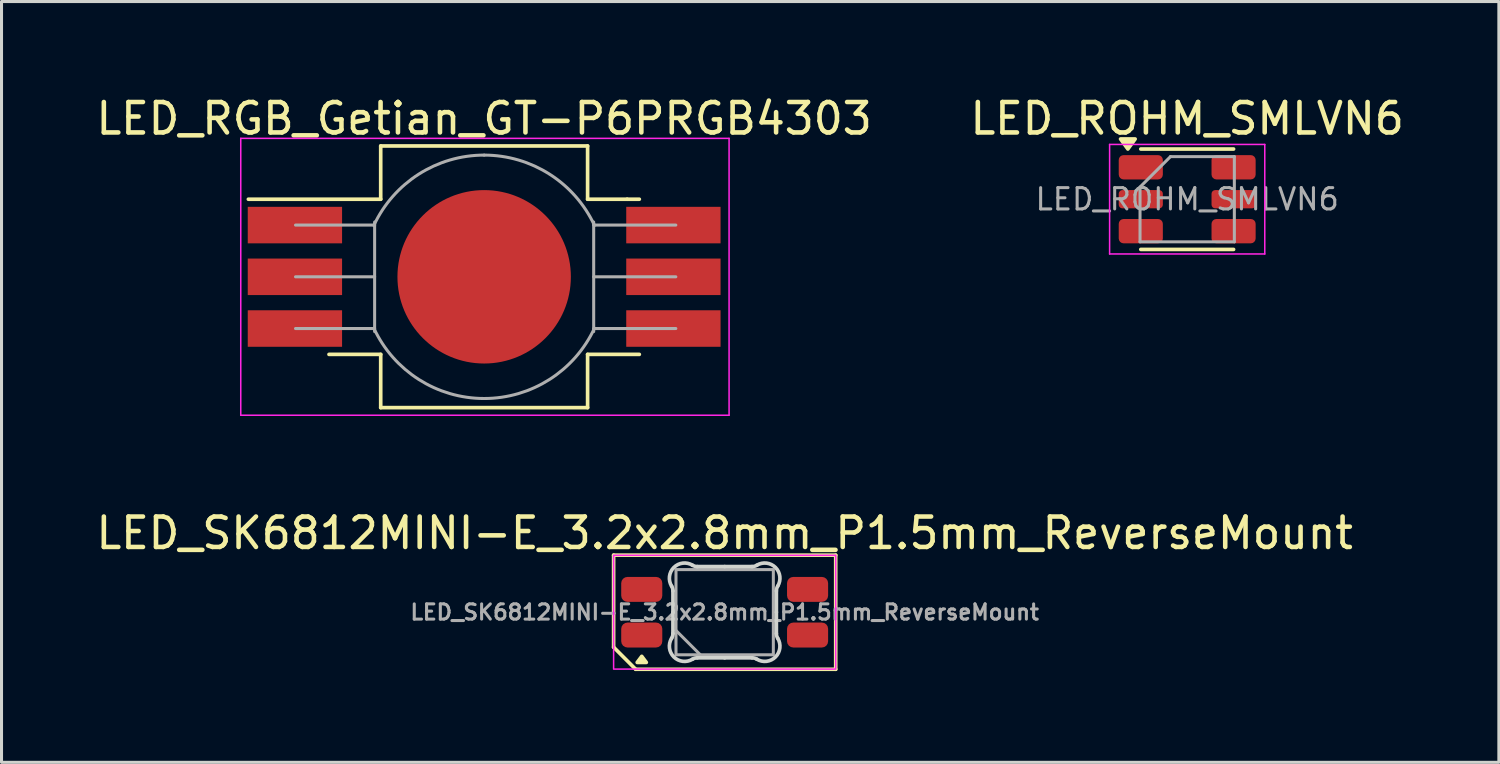
<source format=kicad_pcb>
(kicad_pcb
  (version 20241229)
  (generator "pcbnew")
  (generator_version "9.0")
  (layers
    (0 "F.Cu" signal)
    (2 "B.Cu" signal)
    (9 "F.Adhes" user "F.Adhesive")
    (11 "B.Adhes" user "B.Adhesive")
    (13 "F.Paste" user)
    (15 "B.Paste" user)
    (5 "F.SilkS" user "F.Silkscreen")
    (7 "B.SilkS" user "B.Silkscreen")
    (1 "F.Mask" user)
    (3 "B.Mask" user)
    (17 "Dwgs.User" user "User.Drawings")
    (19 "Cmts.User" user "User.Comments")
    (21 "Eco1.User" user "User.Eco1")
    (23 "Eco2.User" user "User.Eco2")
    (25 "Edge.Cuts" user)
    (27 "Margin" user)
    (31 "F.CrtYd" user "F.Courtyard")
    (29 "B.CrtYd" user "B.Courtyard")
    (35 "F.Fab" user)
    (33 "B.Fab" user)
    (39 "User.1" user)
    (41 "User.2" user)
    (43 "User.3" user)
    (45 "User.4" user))
  (footprint "LED_ROHM_SMLVN6"
    (layer "F.Cu")
    (at 35.97 3.498)
    (property "Reference" "LED_ROHM_SMLVN6" (at 0 -2.65 0) (layer "F.SilkS") (effects (font (size 1 1) (thickness 0.15))))
    (attr smd)
    (fp_line (start -1.525 1.65) (end 1.525 1.65) (stroke (width 0.12) (type solid)) (layer "F.SilkS"))
    (fp_line (start 1.525 -1.65) (end -1.525 -1.65) (stroke (width 0.12) (type solid)) (layer "F.SilkS"))
    (fp_poly (pts (xy -1.95 -1.65) (xy -2.19 -1.98) (xy -1.71 -1.98) (xy -1.95 -1.65)) (stroke (width 0.12) (type solid)) (fill yes) (layer "F.SilkS"))
    (fp_line (start -2.55 -1.8) (end -2.55 1.8) (stroke (width 0.05) (type solid)) (layer "F.CrtYd"))
    (fp_line (start -2.55 1.8) (end 2.55 1.8) (stroke (width 0.05) (type solid)) (layer "F.CrtYd"))
    (fp_line (start 2.55 -1.8) (end -2.55 -1.8) (stroke (width 0.05) (type solid)) (layer "F.CrtYd"))
    (fp_line (start 2.55 1.8) (end 2.55 -1.8) (stroke (width 0.05) (type solid)) (layer "F.CrtYd"))
    (fp_line (start -1.55 -0.4) (end -0.55 -1.4) (stroke (width 0.1) (type solid)) (layer "F.Fab"))
    (fp_line (start -1.55 1.4) (end -1.55 -0.4) (stroke (width 0.1) (type solid)) (layer "F.Fab"))
    (fp_line (start -0.55 -1.4) (end 1.55 -1.4) (stroke (width 0.1) (type solid)) (layer "F.Fab"))
    (fp_line (start 1.55 -1.4) (end 1.55 1.4) (stroke (width 0.1) (type solid)) (layer "F.Fab"))
    (fp_line (start 1.55 1.4) (end -1.55 1.4) (stroke (width 0.1) (type solid)) (layer "F.Fab"))
    (fp_text user "${REFERENCE}" (at 0 0 0) (layer "F.Fab") (effects (font (size 0.7 0.7) (thickness 0.1))))
    (pad "1" smd roundrect (at -1.525 -1.05) (size 1.45 0.8) (layers "F.Cu" "F.Mask" "F.Paste") (roundrect_rratio 0.2))
    (pad "2" smd roundrect (at -1.525 0) (size 1.45 0.6) (layers "F.Cu" "F.Mask" "F.Paste") (roundrect_rratio 0.2))
    (pad "3" smd roundrect (at -1.525 1.05) (size 1.45 0.8) (layers "F.Cu" "F.Mask" "F.Paste") (roundrect_rratio 0.2))
    (pad "4" smd roundrect (at 1.525 1.05) (size 1.45 0.8) (layers "F.Cu" "F.Mask" "F.Paste") (roundrect_rratio 0.2))
    (pad "5" smd roundrect (at 1.525 0) (size 1.45 0.6) (layers "F.Cu" "F.Mask" "F.Paste") (roundrect_rratio 0.2))
    (pad "6" smd roundrect (at 1.525 -1.05) (size 1.45 0.8) (layers "F.Cu" "F.Mask" "F.Paste") (roundrect_rratio 0.2)))
  (footprint "LED_RGB_Getian_GT-P6PRGB4303"
    (layer "F.Cu")
    (at 12.863 6.048)
    (property "Reference" "LED_RGB_Getian_GT-P6PRGB4303" (at 0 -5.2 0) (layer "F.SilkS") (effects (font (size 1 1) (thickness 0.15))))
    (attr smd)
    (fp_line (start -7.75 -2.55) (end -3.4 -2.55) (stroke (width 0.12) (type solid)) (layer "F.SilkS"))
    (fp_line (start -5.1 2.55) (end -3.4 2.55) (stroke (width 0.12) (type solid)) (layer "F.SilkS"))
    (fp_line (start -3.4 -4.3) (end -3.4 -2.55) (stroke (width 0.12) (type solid)) (layer "F.SilkS"))
    (fp_line (start -3.4 2.55) (end -3.4 4.3) (stroke (width 0.12) (type solid)) (layer "F.SilkS"))
    (fp_line (start 3.4 -4.3) (end -3.4 -4.3) (stroke (width 0.12) (type solid)) (layer "F.SilkS"))
    (fp_line (start 3.4 -4.3) (end 3.4 -2.55) (stroke (width 0.12) (type solid)) (layer "F.SilkS"))
    (fp_line (start 3.4 -2.55) (end 4.7 -2.55) (stroke (width 0.12) (type solid)) (layer "F.SilkS"))
    (fp_line (start 3.4 2.55) (end 3.4 4.3) (stroke (width 0.12) (type solid)) (layer "F.SilkS"))
    (fp_line (start 3.4 4.3) (end -3.4 4.3) (stroke (width 0.12) (type solid)) (layer "F.SilkS"))
    (fp_line (start 4.7 -2.55) (end 5.1 -2.55) (stroke (width 0.12) (type solid)) (layer "F.SilkS"))
    (fp_line (start 5.1 2.55) (end 3.4 2.55) (stroke (width 0.12) (type solid)) (layer "F.SilkS"))
    (fp_line (start -8 -4.55) (end -8 4.55) (stroke (width 0.05) (type solid)) (layer "F.CrtYd"))
    (fp_line (start -8 -4.55) (end 8.05 -4.55) (stroke (width 0.05) (type solid)) (layer "F.CrtYd"))
    (fp_line (start -8 4.55) (end 8.05 4.55) (stroke (width 0.05) (type solid)) (layer "F.CrtYd"))
    (fp_line (start 8.05 -4.55) (end 8.05 4.55) (stroke (width 0.05) (type solid)) (layer "F.CrtYd"))
    (fp_line (start -6.2 0) (end -3.6 0) (stroke (width 0.1) (type solid)) (layer "F.Fab"))
    (fp_line (start -3.6 -1.7) (end -6.2 -1.7) (stroke (width 0.1) (type solid)) (layer "F.Fab"))
    (fp_line (start -3.6 1.7) (end -6.2 1.7) (stroke (width 0.1) (type solid)) (layer "F.Fab"))
    (fp_line (start -3.6 1.8) (end -3.6 -1.8) (stroke (width 0.1) (type solid)) (layer "F.Fab"))
    (fp_line (start 3.6 -1.8) (end 3.6 1.8) (stroke (width 0.1) (type solid)) (layer "F.Fab"))
    (fp_line (start 3.6 -1.7) (end 6.3 -1.7) (stroke (width 0.1) (type solid)) (layer "F.Fab"))
    (fp_line (start 3.6 1.7) (end 6.3 1.7) (stroke (width 0.1) (type solid)) (layer "F.Fab"))
    (fp_line (start 6.3 0) (end 3.6 0) (stroke (width 0.1) (type solid)) (layer "F.Fab"))
    (fp_arc (start -3.625231 -1.690473) (mid -2.149198 -3.373566) (end 0 -4) (stroke (width 0.1) (type solid)) (layer "F.Fab"))
    (fp_arc (start 0 -4) (mid 2.149198 -3.373566) (end 3.625231 -1.690473) (stroke (width 0.1) (type solid)) (layer "F.Fab"))
    (fp_arc (start 0 4) (mid -2.149198 3.373566) (end -3.625231 1.690473) (stroke (width 0.1) (type solid)) (layer "F.Fab"))
    (fp_arc (start 3.625231 1.690473) (mid 2.149198 3.373566) (end 0 4) (stroke (width 0.1) (type solid)) (layer "F.Fab"))
    (pad "1" smd rect (at -6.22 -1.7) (size 3.1 1.2) (layers "F.Cu" "F.Mask" "F.Paste"))
    (pad "2" smd rect (at -6.22 0) (size 3.1 1.2) (layers "F.Cu" "F.Mask" "F.Paste"))
    (pad "3" smd rect (at -6.22 1.7) (size 3.1 1.2) (layers "F.Cu" "F.Mask" "F.Paste"))
    (pad "4" smd rect (at 6.22 1.7 180) (size 3.1 1.2) (layers "F.Cu" "F.Mask" "F.Paste"))
    (pad "5" smd rect (at 6.22 0 180) (size 3.1 1.2) (layers "F.Cu" "F.Mask" "F.Paste"))
    (pad "6" smd rect (at 6.22 -1.7 180) (size 3.1 1.2) (layers "F.Cu" "F.Mask" "F.Paste"))
    (pad "PAD" smd circle (at 0 0) (size 5.7 5.7) (layers "F.Cu" "F.Mask" "F.Paste")))
  (footprint "LED_SK6812MINI-E_3.2x2.8mm_P1.5mm_ReverseMount"
    (layer "F.Cu")
    (at 20.768 17.072)
    (property "Reference" "LED_SK6812MINI-E_3.2x2.8mm_P1.5mm_ReverseMount" (at 0 -2.6 0) (unlocked yes) (layer "F.SilkS") (effects (font (size 1 1) (thickness 0.15))))
    (attr smd)
    (fp_line (start -3.65 -1.875) (end 3.65 -1.875) (stroke (width 0.12) (type solid)) (layer "F.SilkS"))
    (fp_line (start -3.65 1.15) (end -3.65 -1.875) (stroke (width 0.12) (type solid)) (layer "F.SilkS"))
    (fp_line (start -3.65 1.15) (end -2.925 1.875) (stroke (width 0.12) (type solid)) (layer "F.SilkS"))
    (fp_line (start 3.65 -1.875) (end 3.65 1.875) (stroke (width 0.12) (type solid)) (layer "F.SilkS"))
    (fp_line (start 3.65 1.875) (end -2.925 1.875) (stroke (width 0.12) (type solid)) (layer "F.SilkS"))
    (fp_poly (pts (xy -2.725 1.45) (xy -2.575 1.65) (xy -2.875 1.65)) (stroke (width 0.12) (type solid)) (fill yes) (layer "F.SilkS"))
    (fp_line (start -1.7 0) (end -1.7 -0.7) (stroke (width 0.12) (type solid)) (layer "Edge.Cuts"))
    (fp_line (start -1.7 0) (end -1.7 0.7) (stroke (width 0.12) (type solid)) (layer "Edge.Cuts"))
    (fp_line (start 0 -1.5) (end -0.9 -1.5) (stroke (width 0.12) (type solid)) (layer "Edge.Cuts"))
    (fp_line (start 0 -1.5) (end 0.9 -1.5) (stroke (width 0.12) (type solid)) (layer "Edge.Cuts"))
    (fp_line (start 0 1.5) (end -0.9 1.5) (stroke (width 0.12) (type solid)) (layer "Edge.Cuts"))
    (fp_line (start 0 1.5) (end 0.9 1.5) (stroke (width 0.12) (type solid)) (layer "Edge.Cuts"))
    (fp_line (start 1.7 0) (end 1.7 -0.7) (stroke (width 0.12) (type solid)) (layer "Edge.Cuts"))
    (fp_line (start 1.7 0) (end 1.7 0.7) (stroke (width 0.12) (type solid)) (layer "Edge.Cuts"))
    (fp_arc (start -1.743934 -0.856655) (mid -1.711192 -0.781532) (end -1.7 -0.700353) (stroke (width 0.12) (type solid)) (layer "Edge.Cuts"))
    (fp_arc (start -1.743934 -0.856655) (mid -1.670711 -1.470711) (end -1.056655 -1.543934) (stroke (width 0.12) (type solid)) (layer "Edge.Cuts"))
    (fp_arc (start -1.7 0.700353) (mid -1.711192 0.781532) (end -1.743934 0.856655) (stroke (width 0.12) (type solid)) (layer "Edge.Cuts"))
    (fp_arc (start -1.056655 1.543934) (mid -1.670711 1.470711) (end -1.743934 0.856655) (stroke (width 0.12) (type solid)) (layer "Edge.Cuts"))
    (fp_arc (start -1.056655 1.543934) (mid -0.981532 1.511192) (end -0.900353 1.5) (stroke (width 0.12) (type solid)) (layer "Edge.Cuts"))
    (fp_arc (start -0.900353 -1.5) (mid -0.981532 -1.511192) (end -1.056655 -1.543934) (stroke (width 0.12) (type solid)) (layer "Edge.Cuts"))
    (fp_arc (start 0.900353 1.5) (mid 0.981532 1.511192) (end 1.056655 1.543934) (stroke (width 0.12) (type solid)) (layer "Edge.Cuts"))
    (fp_arc (start 1.056655 -1.543934) (mid 0.981532 -1.511192) (end 0.900353 -1.5) (stroke (width 0.12) (type solid)) (layer "Edge.Cuts"))
    (fp_arc (start 1.056655 -1.543934) (mid 1.670711 -1.470711) (end 1.743934 -0.856655) (stroke (width 0.12) (type solid)) (layer "Edge.Cuts"))
    (fp_arc (start 1.7 -0.700353) (mid 1.711192 -0.781532) (end 1.743934 -0.856655) (stroke (width 0.12) (type solid)) (layer "Edge.Cuts"))
    (fp_arc (start 1.743934 0.856655) (mid 1.670711 1.470711) (end 1.056655 1.543934) (stroke (width 0.12) (type solid)) (layer "Edge.Cuts"))
    (fp_arc (start 1.743934 0.856655) (mid 1.711192 0.781532) (end 1.7 0.700353) (stroke (width 0.12) (type solid)) (layer "Edge.Cuts"))
    (fp_rect (start -3.65 -1.87) (end 3.65 1.87) (stroke (width 0.05) (type solid)) (fill no) (layer "F.CrtYd"))
    (fp_line (start -0.8 1.4) (end -1.6 0.6) (stroke (width 0.1) (type default)) (layer "F.Fab"))
    (fp_rect (start -1.6 -1.4) (end 1.6 1.4) (stroke (width 0.1) (type solid)) (fill no) (layer "F.Fab"))
    (fp_text user "${REFERENCE}" (at 0 0 0) (unlocked yes) (layer "F.Fab") (effects (font (size 0.5 0.5) (thickness 0.1))))
    (pad "1" smd roundrect (at -2.725 0.75) (size 1.35 0.82) (layers "F.Cu" "F.Mask" "F.Paste") (roundrect_rratio 0.25))
    (pad "2" smd roundrect (at -2.725 -0.75) (size 1.35 0.82) (layers "F.Cu" "F.Mask" "F.Paste") (roundrect_rratio 0.25))
    (pad "3" smd roundrect (at 2.725 -0.75) (size 1.35 0.82) (layers "F.Cu" "F.Mask" "F.Paste") (roundrect_rratio 0.25))
    (pad "4" smd roundrect (at 2.725 0.75) (size 1.35 0.82) (layers "F.Cu" "F.Mask" "F.Paste") (roundrect_rratio 0.25)))
  (gr_rect
    (start -3 -3)
    (end 46.214 22.006)
    (stroke (width 0.1) (type default))
    (fill no)
    (layer "Edge.Cuts")))
</source>
